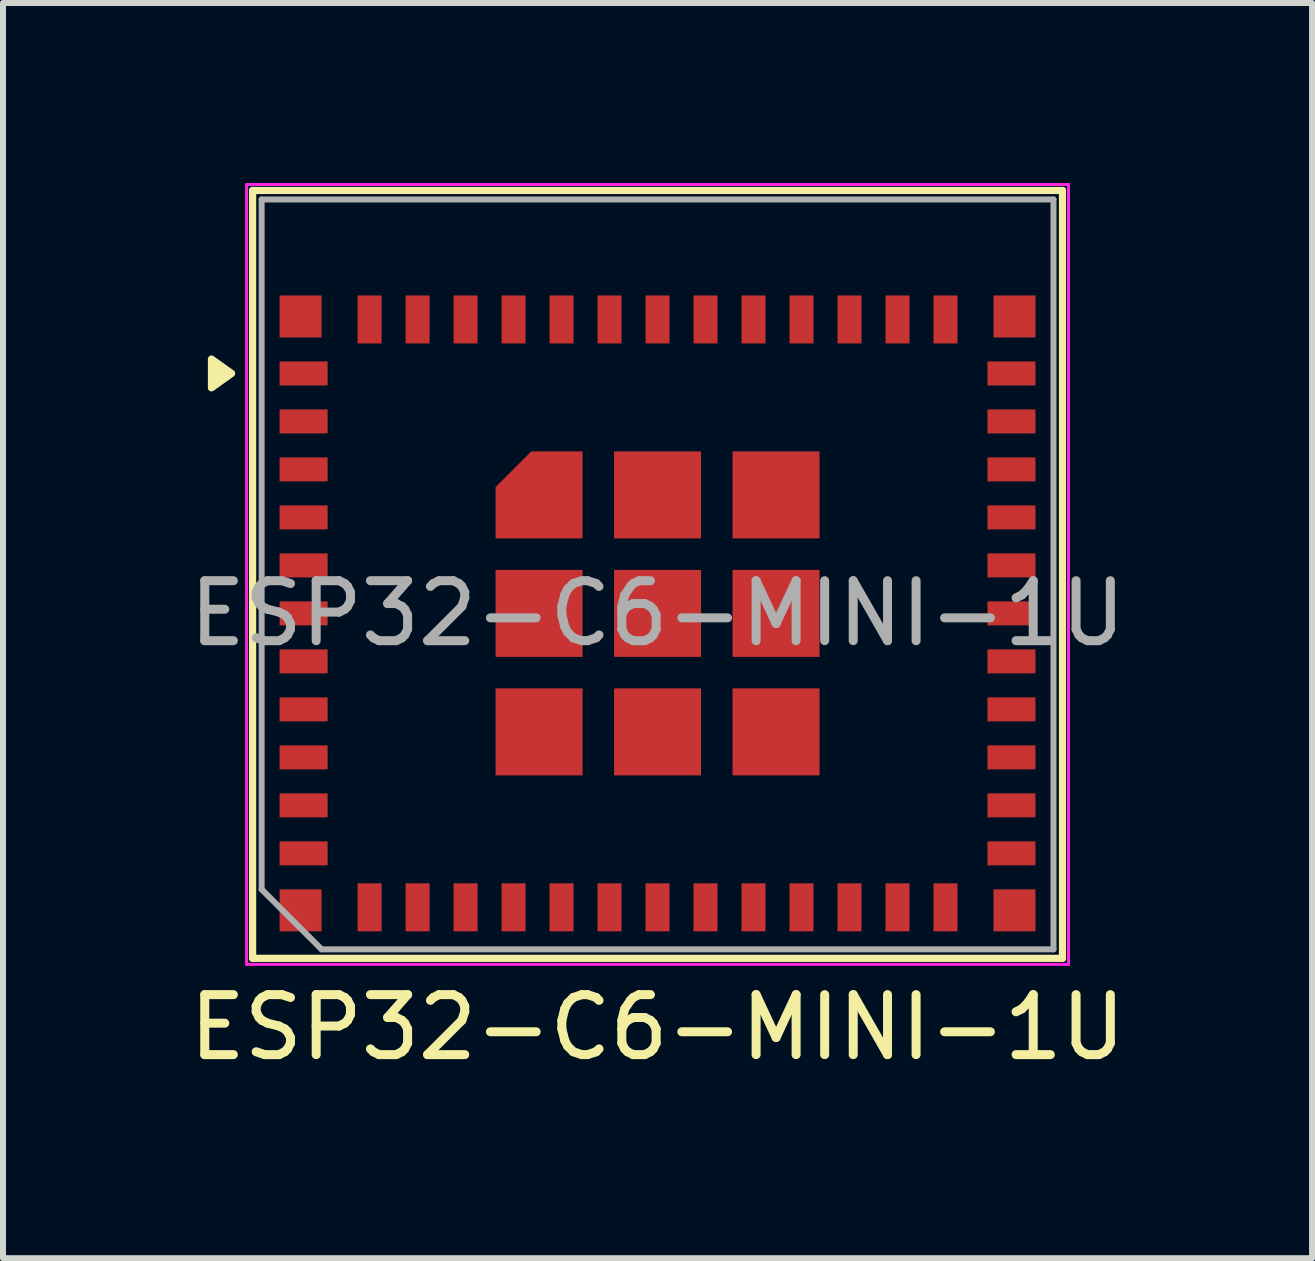
<source format=kicad_pcb>
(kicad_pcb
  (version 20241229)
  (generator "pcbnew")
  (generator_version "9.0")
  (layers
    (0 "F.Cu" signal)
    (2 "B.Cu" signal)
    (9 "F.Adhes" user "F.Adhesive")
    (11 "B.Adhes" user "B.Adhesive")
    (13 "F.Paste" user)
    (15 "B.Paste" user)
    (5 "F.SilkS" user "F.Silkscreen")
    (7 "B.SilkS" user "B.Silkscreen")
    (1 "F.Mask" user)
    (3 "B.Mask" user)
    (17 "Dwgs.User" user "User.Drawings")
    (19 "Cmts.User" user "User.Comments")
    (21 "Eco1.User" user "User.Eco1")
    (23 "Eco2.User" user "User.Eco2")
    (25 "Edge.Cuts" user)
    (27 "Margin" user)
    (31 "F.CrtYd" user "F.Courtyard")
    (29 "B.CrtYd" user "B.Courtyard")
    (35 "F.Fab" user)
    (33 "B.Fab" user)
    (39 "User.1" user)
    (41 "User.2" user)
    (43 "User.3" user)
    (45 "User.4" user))
  (footprint "ESP32-C6-MINI-1U"
    (layer "F.Cu")
    (at 7.911 7.175)
    (property "Reference" "ESP32-C6-MINI-1U" (at 0 6.9 0) (unlocked yes) (layer "F.SilkS") (effects (font (size 1 1) (thickness 0.15))))
    (attr smd)
    (fp_line (start -6.75 -7.05) (end 6.75 -7.05) (stroke (width 0.12) (type solid)) (layer "F.SilkS"))
    (fp_line (start -6.75 5.75) (end -6.75 -7.05) (stroke (width 0.12) (type solid)) (layer "F.SilkS"))
    (fp_line (start 6.75 -7.05) (end 6.75 5.75) (stroke (width 0.12) (type solid)) (layer "F.SilkS"))
    (fp_line (start 6.75 5.75) (end -6.75 5.75) (stroke (width 0.12) (type solid)) (layer "F.SilkS"))
    (fp_poly (pts (xy -7.1 -4) (xy -7.436 -3.76) (xy -7.436 -4.24) (xy -7.1 -4)) (stroke (width 0.12) (type solid)) (fill yes) (layer "F.SilkS"))
    (fp_line (start -6.85 5.85) (end -6.85 -7.15) (stroke (width 0.05) (type solid)) (layer "F.CrtYd"))
    (fp_line (start 6.85 -7.15) (end -6.85 -7.15) (stroke (width 0.05) (type solid)) (layer "F.CrtYd"))
    (fp_line (start 6.85 -7.15) (end 6.85 5.85) (stroke (width 0.05) (type solid)) (layer "F.CrtYd"))
    (fp_line (start 6.85 5.85) (end -6.85 5.85) (stroke (width 0.05) (type solid)) (layer "F.CrtYd"))
    (fp_line (start -6.6 -6.9) (end 6.6 -6.9) (stroke (width 0.1) (type solid)) (layer "F.Fab"))
    (fp_line (start -6.6 4.6) (end -6.6 -6.9) (stroke (width 0.1) (type solid)) (layer "F.Fab"))
    (fp_line (start -5.6 5.6) (end -6.6 4.6) (stroke (width 0.1) (type default)) (layer "F.Fab"))
    (fp_line (start 6.6 -6.9) (end 6.6 5.6) (stroke (width 0.1) (type solid)) (layer "F.Fab"))
    (fp_line (start 6.6 5.6) (end -5.6 5.6) (stroke (width 0.1) (type solid)) (layer "F.Fab"))
    (fp_text user "${REFERENCE}" (at 0 0 0) (unlocked yes) (layer "F.Fab") (effects (font (size 1 1) (thickness 0.15))))
    (pad "1" smd rect (at -5.9 -4) (size 0.8 0.4) (layers "F.Cu" "F.Mask" "F.Paste"))
    (pad "2" smd rect (at -5.9 -3.2) (size 0.8 0.4) (layers "F.Cu" "F.Mask" "F.Paste"))
    (pad "3" smd rect (at -5.9 -2.4) (size 0.8 0.4) (layers "F.Cu" "F.Mask" "F.Paste"))
    (pad "4" smd rect (at -5.9 -1.6) (size 0.8 0.4) (layers "F.Cu" "F.Mask" "F.Paste"))
    (pad "5" smd rect (at -5.9 -0.8) (size 0.8 0.4) (layers "F.Cu" "F.Mask" "F.Paste"))
    (pad "6" smd rect (at -5.9 0) (size 0.8 0.4) (layers "F.Cu" "F.Mask" "F.Paste"))
    (pad "7" smd rect (at -5.9 0.8) (size 0.8 0.4) (layers "F.Cu" "F.Mask" "F.Paste"))
    (pad "8" smd rect (at -5.9 1.6) (size 0.8 0.4) (layers "F.Cu" "F.Mask" "F.Paste"))
    (pad "9" smd rect (at -5.9 2.4) (size 0.8 0.4) (layers "F.Cu" "F.Mask" "F.Paste"))
    (pad "10" smd rect (at -5.9 3.2) (size 0.8 0.4) (layers "F.Cu" "F.Mask" "F.Paste"))
    (pad "11" smd rect (at -5.9 4) (size 0.8 0.4) (layers "F.Cu" "F.Mask" "F.Paste"))
    (pad "12" smd rect (at -4.8 4.9 90) (size 0.8 0.4) (layers "F.Cu" "F.Mask" "F.Paste"))
    (pad "13" smd rect (at -4 4.9 90) (size 0.8 0.4) (layers "F.Cu" "F.Mask" "F.Paste"))
    (pad "14" smd rect (at -3.2 4.9 90) (size 0.8 0.4) (layers "F.Cu" "F.Mask" "F.Paste"))
    (pad "15" smd rect (at -2.4 4.9 90) (size 0.8 0.4) (layers "F.Cu" "F.Mask" "F.Paste"))
    (pad "16" smd rect (at -1.6 4.9 90) (size 0.8 0.4) (layers "F.Cu" "F.Mask" "F.Paste"))
    (pad "17" smd rect (at -0.8 4.9 90) (size 0.8 0.4) (layers "F.Cu" "F.Mask" "F.Paste"))
    (pad "18" smd rect (at 0 4.9 90) (size 0.8 0.4) (layers "F.Cu" "F.Mask" "F.Paste"))
    (pad "19" smd rect (at 0.8 4.9 90) (size 0.8 0.4) (layers "F.Cu" "F.Mask" "F.Paste"))
    (pad "20" smd rect (at 1.6 4.9 90) (size 0.8 0.4) (layers "F.Cu" "F.Mask" "F.Paste"))
    (pad "21" smd rect (at 2.4 4.9 90) (size 0.8 0.4) (layers "F.Cu" "F.Mask" "F.Paste"))
    (pad "22" smd rect (at 3.2 4.9 90) (size 0.8 0.4) (layers "F.Cu" "F.Mask" "F.Paste"))
    (pad "23" smd rect (at 4 4.9 90) (size 0.8 0.4) (layers "F.Cu" "F.Mask" "F.Paste"))
    (pad "24" smd rect (at 4.8 4.9 90) (size 0.8 0.4) (layers "F.Cu" "F.Mask" "F.Paste"))
    (pad "25" smd rect (at 5.9 4) (size 0.8 0.4) (layers "F.Cu" "F.Mask" "F.Paste"))
    (pad "26" smd rect (at 5.9 3.2) (size 0.8 0.4) (layers "F.Cu" "F.Mask" "F.Paste"))
    (pad "27" smd rect (at 5.9 2.4) (size 0.8 0.4) (layers "F.Cu" "F.Mask" "F.Paste"))
    (pad "28" smd rect (at 5.9 1.6) (size 0.8 0.4) (layers "F.Cu" "F.Mask" "F.Paste"))
    (pad "29" smd rect (at 5.9 0.8) (size 0.8 0.4) (layers "F.Cu" "F.Mask" "F.Paste"))
    (pad "30" smd rect (at 5.9 0) (size 0.8 0.4) (layers "F.Cu" "F.Mask" "F.Paste"))
    (pad "31" smd rect (at 5.9 -0.8) (size 0.8 0.4) (layers "F.Cu" "F.Mask" "F.Paste"))
    (pad "32" smd rect (at 5.9 -1.6) (size 0.8 0.4) (layers "F.Cu" "F.Mask" "F.Paste"))
    (pad "33" smd rect (at 5.9 -2.4) (size 0.8 0.4) (layers "F.Cu" "F.Mask" "F.Paste"))
    (pad "34" smd rect (at 5.9 -3.2) (size 0.8 0.4) (layers "F.Cu" "F.Mask" "F.Paste"))
    (pad "35" smd rect (at 5.9 -4) (size 0.8 0.4) (layers "F.Cu" "F.Mask" "F.Paste"))
    (pad "36" smd rect (at 4.8 -4.9 90) (size 0.8 0.4) (layers "F.Cu" "F.Mask" "F.Paste"))
    (pad "37" smd rect (at 4 -4.9 90) (size 0.8 0.4) (layers "F.Cu" "F.Mask" "F.Paste"))
    (pad "38" smd rect (at 3.2 -4.9 90) (size 0.8 0.4) (layers "F.Cu" "F.Mask" "F.Paste"))
    (pad "39" smd rect (at 2.4 -4.9 90) (size 0.8 0.4) (layers "F.Cu" "F.Mask" "F.Paste"))
    (pad "40" smd rect (at 1.6 -4.9 90) (size 0.8 0.4) (layers "F.Cu" "F.Mask" "F.Paste"))
    (pad "41" smd rect (at 0.8 -4.9 90) (size 0.8 0.4) (layers "F.Cu" "F.Mask" "F.Paste"))
    (pad "42" smd rect (at 0 -4.9 90) (size 0.8 0.4) (layers "F.Cu" "F.Mask" "F.Paste"))
    (pad "43" smd rect (at -0.8 -4.9 90) (size 0.8 0.4) (layers "F.Cu" "F.Mask" "F.Paste"))
    (pad "44" smd rect (at -1.6 -4.9 90) (size 0.8 0.4) (layers "F.Cu" "F.Mask" "F.Paste"))
    (pad "45" smd rect (at -2.4 -4.9 90) (size 0.8 0.4) (layers "F.Cu" "F.Mask" "F.Paste"))
    (pad "46" smd rect (at -3.2 -4.9 90) (size 0.8 0.4) (layers "F.Cu" "F.Mask" "F.Paste"))
    (pad "47" smd rect (at -4 -4.9 90) (size 0.8 0.4) (layers "F.Cu" "F.Mask" "F.Paste"))
    (pad "48" smd rect (at -4.8 -4.9 90) (size 0.8 0.4) (layers "F.Cu" "F.Mask" "F.Paste"))
    (pad "49" smd roundrect (at -1.975 -1.975) (size 1.45 1.45) (property pad_prop_heatsink) (layers "F.Cu" "F.Mask" "F.Paste") (roundrect_rratio 0) (chamfer_ratio 0.41) (chamfer top_left))
    (pad "49" smd rect (at -1.975 0) (size 1.45 1.45) (property pad_prop_heatsink) (layers "F.Cu" "F.Mask" "F.Paste"))
    (pad "49" smd rect (at -1.975 1.975) (size 1.45 1.45) (property pad_prop_heatsink) (layers "F.Cu" "F.Mask" "F.Paste"))
    (pad "49" smd rect (at 0 -1.975) (size 1.45 1.45) (property pad_prop_heatsink) (layers "F.Cu" "F.Mask" "F.Paste"))
    (pad "49" smd rect (at 0 0) (size 1.45 1.45) (property pad_prop_heatsink) (layers "F.Cu" "F.Mask" "F.Paste"))
    (pad "49" smd rect (at 0 1.975) (size 1.45 1.45) (property pad_prop_heatsink) (layers "F.Cu" "F.Mask" "F.Paste"))
    (pad "49" smd rect (at 1.975 -1.975) (size 1.45 1.45) (property pad_prop_heatsink) (layers "F.Cu" "F.Mask" "F.Paste"))
    (pad "49" smd rect (at 1.975 0) (size 1.45 1.45) (property pad_prop_heatsink) (layers "F.Cu" "F.Mask" "F.Paste"))
    (pad "49" smd rect (at 1.975 1.975) (size 1.45 1.45) (property pad_prop_heatsink) (layers "F.Cu" "F.Mask" "F.Paste"))
    (pad "50" smd rect (at 5.95 -4.95) (size 0.7 0.7) (layers "F.Cu" "F.Mask" "F.Paste"))
    (pad "51" smd rect (at 5.95 4.95) (size 0.7 0.7) (layers "F.Cu" "F.Mask" "F.Paste"))
    (pad "52" smd rect (at -5.95 4.95) (size 0.7 0.7) (layers "F.Cu" "F.Mask" "F.Paste"))
    (pad "53" smd rect (at -5.95 -4.95) (size 0.7 0.7) (layers "F.Cu" "F.Mask" "F.Paste")))
  (gr_rect
    (start -3 -3)
    (end 18.821 17.923)
    (stroke (width 0.1) (type default))
    (fill no)
    (layer "Edge.Cuts")))
</source>
